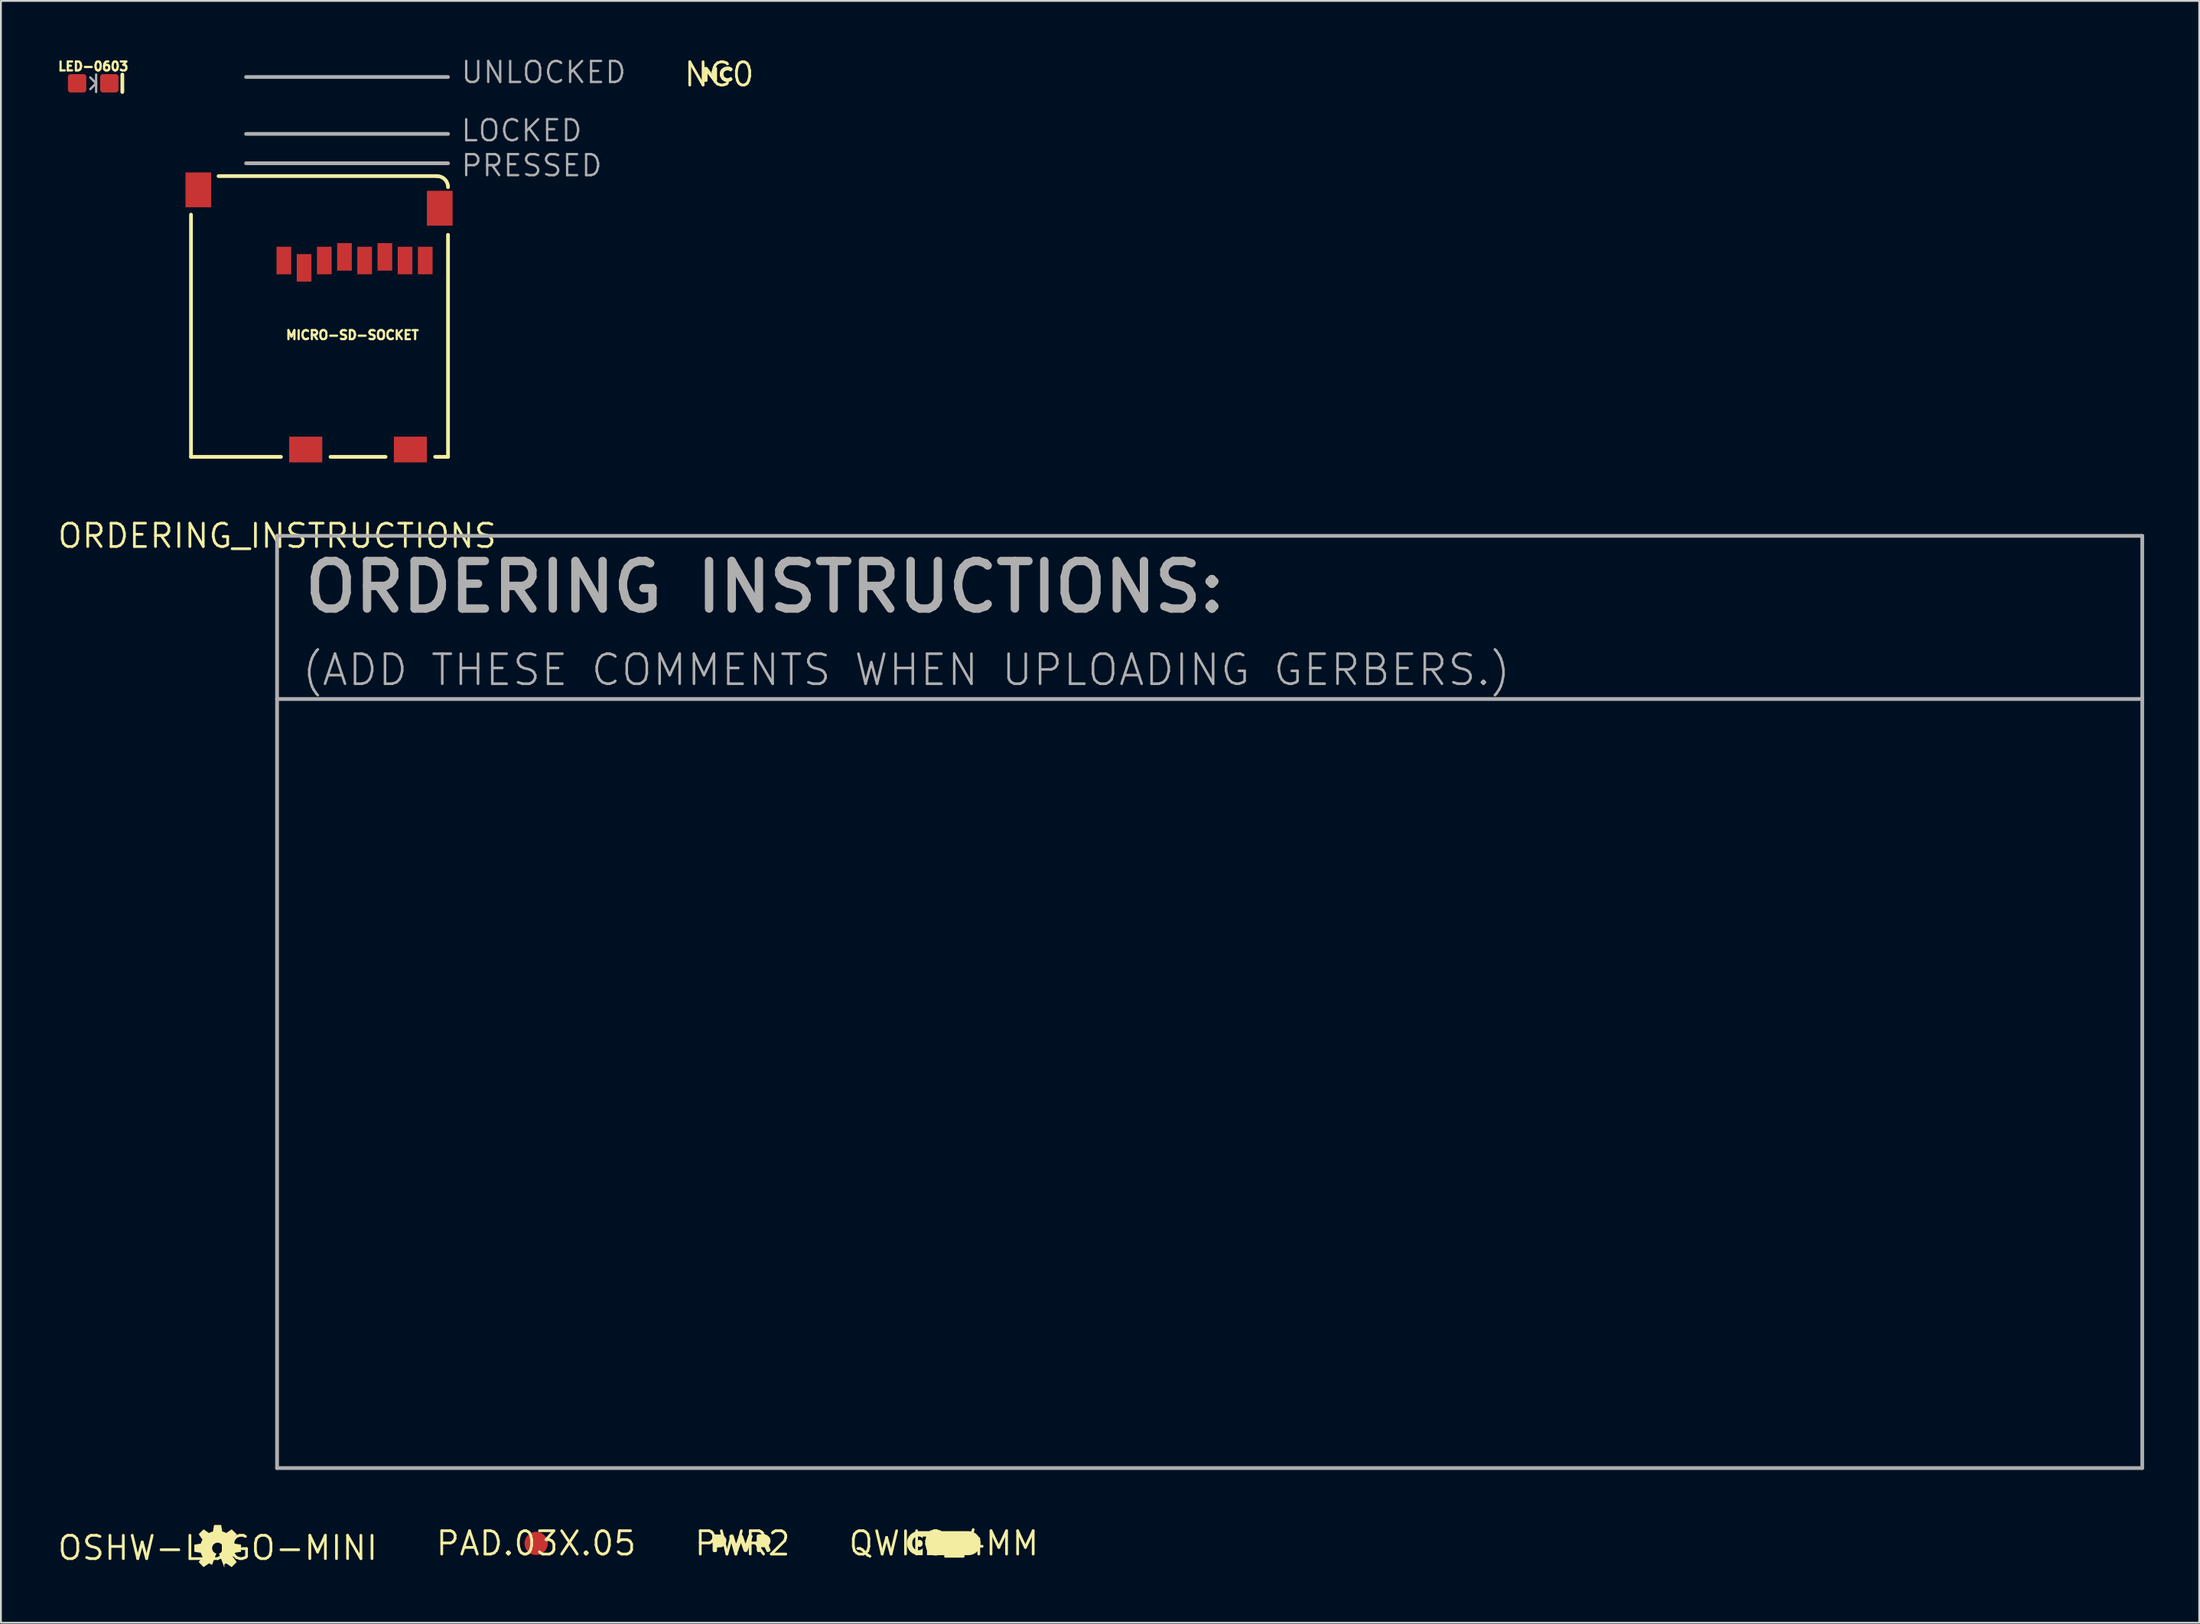
<source format=kicad_pcb>
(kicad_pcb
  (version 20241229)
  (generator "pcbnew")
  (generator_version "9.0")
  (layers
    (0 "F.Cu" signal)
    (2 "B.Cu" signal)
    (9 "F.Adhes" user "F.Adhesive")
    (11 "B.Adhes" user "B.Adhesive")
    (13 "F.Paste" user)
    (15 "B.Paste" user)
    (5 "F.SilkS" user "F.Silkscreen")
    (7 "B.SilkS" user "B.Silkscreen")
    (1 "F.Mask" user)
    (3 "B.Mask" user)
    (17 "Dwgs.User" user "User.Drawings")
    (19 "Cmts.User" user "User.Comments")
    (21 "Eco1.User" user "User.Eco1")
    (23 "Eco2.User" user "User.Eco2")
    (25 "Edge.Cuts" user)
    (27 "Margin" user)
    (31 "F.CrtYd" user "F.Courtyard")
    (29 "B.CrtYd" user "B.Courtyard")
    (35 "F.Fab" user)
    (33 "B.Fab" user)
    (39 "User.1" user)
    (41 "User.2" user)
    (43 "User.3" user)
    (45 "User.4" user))
  (footprint "OSHW-LOGO-MINI"
    (layer "F.Cu")
    (at 8.807 81.31)
    (property "Reference" "OSHW-LOGO-MINI" (at 0 0 0) (layer "F.SilkS") (effects (font (size 1.27 1.27) (thickness 0.15))))
    (fp_poly (pts (xy 0.249 -0.904) (xy 0.266 -0.895) (xy 0.276 -0.895) (xy 0.296 -0.885) (xy 0.306 -0.885) (xy 0.326 -0.875) (xy 0.352 -0.875) (xy 0.369 -0.859) (xy 0.376 -0.855) (xy 0.386 -0.855) (xy 0.419 -0.839) (xy 0.429 -0.829) (xy 0.436 -0.825) (xy 0.446 -0.825) (xy 0.468 -0.814) (xy 0.761 -1.016) (xy 1.037 -0.752) (xy 0.824 -0.458) (xy 0.828 -0.45) (xy 0.845 -0.433) (xy 0.845 -0.413) (xy 0.848 -0.41) (xy 0.858 -0.39) (xy 0.875 -0.373) (xy 0.875 -0.353) (xy 0.885 -0.343) (xy 0.885 -0.316) (xy 0.888 -0.31) (xy 0.905 -0.293) (xy 0.905 -0.273) (xy 0.915 -0.263) (xy 0.915 -0.24) (xy 1.275 -0.18) (xy 1.275 0.205) (xy 0.915 0.266) (xy 0.915 0.272) (xy 0.905 0.292) (xy 0.905 0.302) (xy 0.895 0.322) (xy 0.895 0.332) (xy 0.875 0.372) (xy 0.875 0.382) (xy 0.858 0.415) (xy 0.848 0.425) (xy 0.845 0.432) (xy 0.845 0.442) (xy 0.828 0.475) (xy 0.822 0.48) (xy 1.037 0.766) (xy 0.761 1.042) (xy 0.465 0.838) (xy 0.452 0.851) (xy 0.442 0.851) (xy 0.432 0.861) (xy 0.412 0.861) (xy 0.402 0.871) (xy 0.392 0.871) (xy 0.382 0.881) (xy 0.372 0.881) (xy 0.365 0.888) (xy 0.365 1.075) (xy 0.079 0.304) (xy 0.164 0.261) (xy 0.184 0.241) (xy 0.204 0.231) (xy 0.235 0.2) (xy 0.245 0.18) (xy 0.265 0.16) (xy 0.271 0.148) (xy 0.281 0.118) (xy 0.289 0.104) (xy 0.289 0.086) (xy 0.299 0.056) (xy 0.299 -0.021) (xy 0.289 -0.051) (xy 0.289 -0.076) (xy 0.272 -0.101) (xy 0.262 -0.131) (xy 0.227 -0.183) (xy 0.192 -0.218) (xy 0.14 -0.253) (xy 0.11 -0.263) (xy 0.085 -0.279) (xy 0.06 -0.279) (xy 0.03 -0.289) (xy -0.029 -0.289) (xy -0.069 -0.279) (xy -0.092 -0.279) (xy -0.117 -0.263) (xy -0.147 -0.253) (xy -0.169 -0.238) (xy -0.189 -0.218) (xy -0.219 -0.198) (xy -0.234 -0.183) (xy -0.269 -0.131) (xy -0.305 -0.021) (xy -0.305 0.026) (xy -0.295 0.056) (xy -0.295 0.084) (xy -0.278 0.118) (xy -0.268 0.148) (xy -0.252 0.18) (xy -0.232 0.2) (xy -0.222 0.22) (xy -0.211 0.231) (xy -0.191 0.241) (xy -0.171 0.261) (xy -0.139 0.277) (xy -0.074 0.299) (xy -0.308 0.931) (xy -0.349 0.891) (xy -0.369 0.891) (xy -0.379 0.881) (xy -0.389 0.881) (xy -0.399 0.871) (xy -0.409 0.871) (xy -0.419 0.861) (xy -0.429 0.861) (xy -0.439 0.851) (xy -0.449 0.851) (xy -0.459 0.841) (xy -0.469 0.841) (xy -0.472 0.838) (xy -0.768 1.042) (xy -1.033 0.766) (xy -0.828 0.479) (xy -0.831 0.472) (xy -0.831 0.462) (xy -0.835 0.455) (xy -0.845 0.445) (xy -0.855 0.425) (xy -0.871 0.408) (xy -0.871 0.388) (xy -0.881 0.378) (xy -0.881 0.352) (xy -0.885 0.345) (xy -0.901 0.328) (xy -0.901 0.308) (xy -0.911 0.298) (xy -0.911 0.272) (xy -0.914 0.266) (xy -1.271 0.205) (xy -1.271 -0.179) (xy -0.92 -0.24) (xy -0.911 -0.256) (xy -0.911 -0.266) (xy -0.901 -0.286) (xy -0.901 -0.296) (xy -0.881 -0.336) (xy -0.881 -0.346) (xy -0.865 -0.38) (xy -0.861 -0.383) (xy -0.861 -0.403) (xy -0.845 -0.42) (xy -0.835 -0.44) (xy -0.831 -0.443) (xy -0.831 -0.46) (xy -1.033 -0.752) (xy -0.768 -1.017) (xy -0.472 -0.813) (xy -0.459 -0.825) (xy -0.439 -0.825) (xy -0.436 -0.829) (xy -0.416 -0.839) (xy -0.399 -0.855) (xy -0.379 -0.855) (xy -0.376 -0.859) (xy -0.342 -0.875) (xy -0.332 -0.875) (xy -0.312 -0.885) (xy -0.299 -0.885) (xy -0.289 -0.895) (xy -0.262 -0.895) (xy -0.257 -0.898) (xy -0.195 -1.255) (xy 0.189 -1.255)) (stroke (width 0) (type solid)) (fill yes) (layer "F.SilkS")))
  (footprint "NC0"
    (layer "F.Cu")
    (at 36.125 1.006)
    (property "Reference" "NC0" (at 0 0 0) (layer "F.SilkS") (effects (font (size 1.27 1.27) (thickness 0.15))))
    (fp_poly (pts (xy -0.657 -0.394) (xy -0.616 -0.353) (xy -0.446 -0.113) (xy -0.325 0.045) (xy -0.325 -0.341) (xy -0.304 -0.394) (xy -0.251 -0.415) (xy -0.178 -0.415) (xy -0.136 -0.383) (xy -0.115 -0.331) (xy -0.115 0.3) (xy -0.125 0.362) (xy -0.158 0.395) (xy -0.23 0.405) (xy -0.282 0.405) (xy -0.334 0.353) (xy -0.635 -0.045) (xy -0.635 0.341) (xy -0.656 0.384) (xy -0.709 0.405) (xy -0.782 0.405) (xy -0.825 0.373) (xy -0.835 0.32) (xy -0.835 -0.32) (xy -0.825 -0.373) (xy -0.782 -0.405) (xy -0.72 -0.415)) (stroke (width 0) (type solid)) (fill yes) (layer "F.SilkS"))
    (fp_poly (pts (xy 0.521 -0.425) (xy 0.581 -0.415) (xy 0.632 -0.394) (xy 0.683 -0.364) (xy 0.725 -0.322) (xy 0.735 -0.269) (xy 0.694 -0.207) (xy 0.652 -0.165) (xy 0.608 -0.165) (xy 0.558 -0.205) (xy 0.509 -0.215) (xy 0.44 -0.225) (xy 0.391 -0.215) (xy 0.342 -0.196) (xy 0.293 -0.166) (xy 0.255 -0.118) (xy 0.245 -0.069) (xy 0.235 -0.01) (xy 0.245 0.049) (xy 0.264 0.098) (xy 0.294 0.146) (xy 0.342 0.176) (xy 0.391 0.195) (xy 0.45 0.205) (xy 0.509 0.195) (xy 0.558 0.175) (xy 0.619 0.145) (xy 0.652 0.145) (xy 0.704 0.197) (xy 0.725 0.249) (xy 0.715 0.313) (xy 0.672 0.344) (xy 0.622 0.365) (xy 0.562 0.395) (xy 0.5 0.405) (xy 0.39 0.405) (xy 0.339 0.395) (xy 0.278 0.375) (xy 0.227 0.344) (xy 0.187 0.314) (xy 0.136 0.273) (xy 0.106 0.223) (xy 0.076 0.172) (xy 0.055 0.122) (xy 0.035 0.071) (xy 0.035 -0.111) (xy 0.055 -0.162) (xy 0.076 -0.222) (xy 0.106 -0.263) (xy 0.146 -0.304) (xy 0.187 -0.344) (xy 0.238 -0.374) (xy 0.298 -0.405) (xy 0.349 -0.415) (xy 0.409 -0.425) (xy 0.46 -0.435)) (stroke (width 0) (type solid)) (fill yes) (layer "F.SilkS")))
  (footprint "MICRO-SD-SOCKET"
    (layer "F.Cu")
    (at 21.354 21.847)
    (property "Reference" "MICRO-SD-SOCKET" (at -8.89 -6.35 0) (layer "F.SilkS") (effects (font (size 0.488 0.488) (thickness 0.122)) (justify left bottom)))
    (fp_line (start -14 0) (end -14 -13.2) (stroke (width 0.203) (type solid)) (layer "F.SilkS"))
    (fp_line (start -14 0) (end -9.1 0) (stroke (width 0.203) (type solid)) (layer "F.SilkS"))
    (fp_line (start -3.4 0) (end -6.4 0) (stroke (width 0.203) (type solid)) (layer "F.SilkS"))
    (fp_line (start -0.6 -15.3) (end -12.5 -15.3) (stroke (width 0.203) (type solid)) (layer "F.SilkS"))
    (fp_line (start 0 -12.1) (end 0 0) (stroke (width 0.203) (type solid)) (layer "F.SilkS"))
    (fp_line (start 0 0) (end -0.7 0) (stroke (width 0.203) (type solid)) (layer "F.SilkS"))
    (fp_arc (start -0.6 -15.3) (mid -0.175736 -15.124264) (end 0 -14.7) (stroke (width 0.2032) (type solid)) (layer "F.SilkS"))
    (fp_line (start -11 -16) (end 0 -16) (stroke (width 0.203) (type solid)) (layer "F.Fab"))
    (fp_line (start 0 -20.7) (end -11 -20.7) (stroke (width 0.203) (type solid)) (layer "F.Fab"))
    (fp_line (start 0 -17.6) (end -11 -17.6) (stroke (width 0.203) (type solid)) (layer "F.Fab"))
    (fp_text user "PRESSED" (at 0.635 -15.875 0) (layer "F.Fab") (effects (font (size 1.143 1.143) (thickness 0.127)) (justify left)))
    (fp_text user "UNLOCKED" (at 0.635 -20.955 0) (layer "F.Fab") (effects (font (size 1.143 1.143) (thickness 0.127)) (justify left)))
    (fp_text user "LOCKED" (at 0.635 -17.78 0) (layer "F.Fab") (effects (font (size 1.143 1.143) (thickness 0.127)) (justify left)))
    (pad "CD1" smd rect (at -2.05 -0.4) (size 1.8 1.4) (layers "F.Cu" "F.Mask" "F.Paste"))
    (pad "CD2" smd rect (at -7.75 -0.4) (size 1.8 1.4) (layers "F.Cu" "F.Mask" "F.Paste"))
    (pad "CS/DAT3" smd rect (at -7.84 -10.3) (size 0.8 1.5) (layers "F.Cu" "F.Mask" "F.Paste"))
    (pad "DAT1" smd rect (at -1.24 -10.7) (size 0.8 1.5) (layers "F.Cu" "F.Mask" "F.Paste"))
    (pad "DAT2" smd rect (at -8.94 -10.7) (size 0.8 1.5) (layers "F.Cu" "F.Mask" "F.Paste"))
    (pad "DI/CMD" smd rect (at -6.74 -10.7) (size 0.8 1.5) (layers "F.Cu" "F.Mask" "F.Paste"))
    (pad "DO/DAT0" smd rect (at -2.34 -10.7) (size 0.8 1.5) (layers "F.Cu" "F.Mask" "F.Paste"))
    (pad "GND" smd rect (at -3.44 -10.9) (size 0.8 1.5) (layers "F.Cu" "F.Mask" "F.Paste"))
    (pad "GND1" smd rect (at -13.6 -14.55) (size 1.4 1.9) (layers "F.Cu" "F.Mask" "F.Paste"))
    (pad "GND3" smd rect (at -0.45 -13.55) (size 1.4 1.9) (layers "F.Cu" "F.Mask" "F.Paste"))
    (pad "SCLK" smd rect (at -4.54 -10.7) (size 0.8 1.5) (layers "F.Cu" "F.Mask" "F.Paste"))
    (pad "VCC" smd rect (at -5.64 -10.9) (size 0.8 1.5) (layers "F.Cu" "F.Mask" "F.Paste")))
  (footprint "LED-0603"
    (layer "F.Cu")
    (at 2.027 1.488)
    (property "Reference" "LED-0603" (at 0 -0.635 0) (layer "F.SilkS") (effects (font (size 0.488 0.488) (thickness 0.122)) (justify bottom)))
    (fp_line (start 1.587 -0.476) (end 1.587 0.476) (stroke (width 0.203) (type solid)) (layer "F.SilkS"))
    (fp_line (start 0.159 -0.476) (end 0.159 0) (stroke (width 0.127) (type solid)) (layer "F.Fab"))
    (fp_line (start 0.159 0) (end -0.159 -0.318) (stroke (width 0.127) (type solid)) (layer "F.Fab"))
    (fp_line (start 0.159 0) (end -0.159 0.318) (stroke (width 0.127) (type solid)) (layer "F.Fab"))
    (fp_line (start 0.159 0) (end 0.159 0.476) (stroke (width 0.127) (type solid)) (layer "F.Fab"))
    (pad "A" smd roundrect (at -0.877 0 270) (size 1 1) (layers "F.Cu" "F.Mask" "F.Paste") (roundrect_rratio 0.15))
    (pad "C" smd roundrect (at 0.877 0 270) (size 1 1) (layers "F.Cu" "F.Mask" "F.Paste") (roundrect_rratio 0.15)))
  (footprint "PAD.03X.05"
    (layer "F.Cu")
    (at 26.154 81.061)
    (property "Reference" "PAD.03X.05" (at 0 0 0) (layer "F.SilkS") (effects (font (size 1.27 1.27) (thickness 0.15))))
    (pad "P$1" smd roundrect (at 0 0) (size 1.27 1.27) (layers "F.Cu" "F.Mask") (roundrect_rratio 0.5)))
  (footprint "ORDERING_INSTRUCTIONS"
    (layer "F.Cu")
    (at 12.042 26.153)
    (property "Reference" "ORDERING_INSTRUCTIONS" (at 0 0 0) (layer "F.SilkS") (effects (font (size 1.27 1.27) (thickness 0.15))))
    (fp_line (start 0 0) (end 101.6 0) (stroke (width 0.203) (type solid)) (layer "F.Fab"))
    (fp_line (start 0 8.89) (end 0 0) (stroke (width 0.203) (type solid)) (layer "F.Fab"))
    (fp_line (start 0 8.89) (end 101.6 8.89) (stroke (width 0.203) (type solid)) (layer "F.Fab"))
    (fp_line (start 0 50.8) (end 0 8.89) (stroke (width 0.203) (type solid)) (layer "F.Fab"))
    (fp_line (start 101.6 0) (end 101.6 8.89) (stroke (width 0.203) (type solid)) (layer "F.Fab"))
    (fp_line (start 101.6 8.89) (end 101.6 50.8) (stroke (width 0.203) (type solid)) (layer "F.Fab"))
    (fp_line (start 101.6 50.8) (end 0 50.8) (stroke (width 0.203) (type solid)) (layer "F.Fab"))
    (fp_text user "(ADD THESE COMMENTS WHEN UPLOADING GERBERS.)" (at 1.27 6.35 0) (layer "F.Fab") (effects (font (size 1.636 1.636) (thickness 0.142)) (justify left top)))
    (fp_text user "ORDERING INSTRUCTIONS:" (at 1.27 1.27 0) (layer "F.Fab") (effects (font (size 2.591 2.591) (thickness 0.457)) (justify left top))))
  (footprint "QWIIC_4MM"
    (layer "F.Cu")
    (at 48.361 81.061)
    (property "Reference" "QWIIC_4MM" (at 0 0 0) (layer "F.SilkS") (effects (font (size 1.27 1.27) (thickness 0.15))))
    (fp_poly (pts (xy -1.253 -0.182) (xy -1.208 -0.151) (xy -1.177 -0.107) (xy -1.159 -0.058) (xy -1.151 -0.004) (xy -1.158 0.049) (xy -1.175 0.099) (xy -1.205 0.143) (xy -1.249 0.176) (xy -1.302 0.188) (xy -1.356 0.183) (xy -1.405 0.162) (xy -1.445 0.126) (xy -1.471 0.079) (xy -1.481 0.026) (xy -1.481 -0.027) (xy -1.473 -0.08) (xy -1.447 -0.128) (xy -1.408 -0.165) (xy -1.359 -0.187) (xy -1.306 -0.193)) (stroke (width 0) (type solid)) (fill yes) (layer "F.SilkS"))
    (fp_poly (pts (xy 1.366 -0.665) (xy 1.472 -0.654) (xy 1.574 -0.624) (xy 1.623 -0.604) (xy 1.717 -0.552) (xy 1.799 -0.484) (xy 1.835 -0.444) (xy 1.869 -0.403) (xy 1.9 -0.359) (xy 1.95 -0.265) (xy 1.982 -0.163) (xy 1.991 -0.11) (xy 2 -0.004) (xy 1.989 0.103) (xy 1.977 0.154) (xy 1.961 0.205) (xy 1.942 0.255) (xy 1.891 0.35) (xy 1.824 0.432) (xy 1.786 0.47) (xy 1.702 0.536) (xy 1.608 0.587) (xy 1.507 0.62) (xy 1.454 0.632) (xy 1.348 0.642) (xy -0.916 0.642) (xy -0.917 0.617) (xy -0.919 -0.342) (xy -0.92 -0.342) (xy -0.919 -0.373) (xy -1.149 -0.373) (xy -1.15 -0.351) (xy -1.15 -0.277) (xy -1.185 -0.304) (xy -1.226 -0.337) (xy -1.271 -0.36) (xy -1.321 -0.375) (xy -1.372 -0.381) (xy -1.424 -0.378) (xy -1.475 -0.369) (xy -1.525 -0.353) (xy -1.57 -0.328) (xy -1.61 -0.295) (xy -1.644 -0.256) (xy -1.672 -0.213) (xy -1.694 -0.166) (xy -1.707 -0.115) (xy -1.715 -0.064) (xy -1.719 -0.012) (xy -1.716 0.041) (xy -1.709 0.092) (xy -1.696 0.143) (xy -1.675 0.191) (xy -1.649 0.235) (xy -1.616 0.276) (xy -1.578 0.31) (xy -1.533 0.336) (xy -1.484 0.354) (xy -1.434 0.366) (xy -1.382 0.371) (xy -1.33 0.367) (xy -1.28 0.355) (xy -1.234 0.333) (xy -1.193 0.302) (xy -1.15 0.262) (xy -1.15 0.595) (xy -1.152 0.642) (xy -1.327 0.642) (xy -1.38 0.64) (xy -1.486 0.629) (xy -1.589 0.598) (xy -1.638 0.577) (xy -1.731 0.525) (xy -1.813 0.456) (xy -1.882 0.375) (xy -1.912 0.331) (xy -1.962 0.237) (xy -1.994 0.134) (xy -2.002 0.082) (xy -2.008 0.029) (xy -2.011 -0.025) (xy -2 -0.131) (xy -1.987 -0.183) (xy -1.971 -0.234) (xy -1.952 -0.283) (xy -1.901 -0.377) (xy -1.833 -0.46) (xy -1.794 -0.497) (xy -1.753 -0.531) (xy -1.71 -0.562) (xy -1.616 -0.614) (xy -1.514 -0.646) (xy -1.462 -0.657) (xy -1.356 -0.667) (xy 1.346 -0.667)) (stroke (width 0) (type solid)) (fill yes) (layer "F.SilkS")))
  (footprint "PWR2"
    (layer "F.Cu")
    (at 37.393 81.061)
    (property "Reference" "PWR2" (at 0 0 0) (layer "F.SilkS") (effects (font (size 1.27 1.27) (thickness 0.15))))
    (fp_poly (pts (xy -1.128 -0.475) (xy -1.067 -0.444) (xy -1.007 -0.404) (xy -0.956 -0.353) (xy -0.916 -0.303) (xy -0.875 -0.221) (xy -0.875 -0.15) (xy -0.885 -0.079) (xy -0.895 -0.019) (xy -0.926 0.053) (xy -0.967 0.104) (xy -1.084 0.182) (xy -1.083 0.183) (xy -1.088 0.185) (xy -1.092 0.187) (xy -1.093 0.186) (xy -1.149 0.205) (xy -1.21 0.215) (xy -1.349 0.215) (xy -1.385 0.233) (xy -1.385 0.37) (xy -1.395 0.432) (xy -1.438 0.475) (xy -1.531 0.475) (xy -1.603 0.454) (xy -1.625 0.411) (xy -1.625 -0.411) (xy -1.604 -0.464) (xy -1.541 -0.485) (xy -1.2 -0.485)) (stroke (width 0) (type solid)) (fill yes) (layer "F.SilkS"))
    (fp_poly (pts (xy 0.462 -0.475) (xy 0.534 -0.434) (xy 0.555 -0.39) (xy 0.535 -0.318) (xy 0.285 0.392) (xy 0.253 0.444) (xy 0.181 0.475) (xy 0.118 0.465) (xy 0.066 0.413) (xy 0.045 0.352) (xy -0.08 -0.025) (xy -0.155 0.172) (xy -0.235 0.402) (xy -0.277 0.465) (xy -0.35 0.475) (xy -0.413 0.454) (xy -0.454 0.402) (xy -0.705 -0.309) (xy -0.715 -0.38) (xy -0.704 -0.433) (xy -0.642 -0.475) (xy -0.57 -0.495) (xy -0.506 -0.464) (xy -0.475 -0.402) (xy -0.356 -0.013) (xy -0.342 0.001) (xy -0.215 -0.372) (xy -0.184 -0.444) (xy -0.122 -0.475) (xy -0.049 -0.485) (xy 0.004 -0.443) (xy 0.035 -0.382) (xy 0.162 0.001) (xy 0.176 -0.013) (xy 0.326 -0.453) (xy 0.389 -0.495)) (stroke (width 0) (type solid)) (fill yes) (layer "F.SilkS"))
    (fp_poly (pts (xy 1.281 -0.475) (xy 1.353 -0.444) (xy 1.407 -0.401) (xy 1.36 -0.347) (xy 1.41 -0.397) (xy 1.454 -0.353) (xy 1.495 -0.292) (xy 1.515 -0.231) (xy 1.525 -0.16) (xy 1.525 -0.089) (xy 1.505 -0.018) (xy 1.474 0.043) (xy 1.435 0.091) (xy 1.445 0.139) (xy 1.494 0.268) (xy 1.515 0.298) (xy 1.535 0.371) (xy 1.504 0.424) (xy 1.432 0.465) (xy 1.369 0.475) (xy 1.316 0.443) (xy 1.246 0.282) (xy 1.197 0.205) (xy 1.061 0.205) (xy 1.015 0.223) (xy 1.015 0.36) (xy 1.005 0.422) (xy 0.962 0.465) (xy 0.88 0.475) (xy 0.806 0.454) (xy 0.785 0.401) (xy 0.775 0.33) (xy 0.775 -0.421) (xy 0.807 -0.474) (xy 0.879 -0.495) (xy 1.16 -0.495)) (stroke (width 0) (type solid)) (fill yes) (layer "F.SilkS")))
  (gr_rect
    (start -3 -3)
    (end 116.744 85.384)
    (stroke (width 0.1) (type default))
    (fill no)
    (layer "Edge.Cuts")))
</source>
